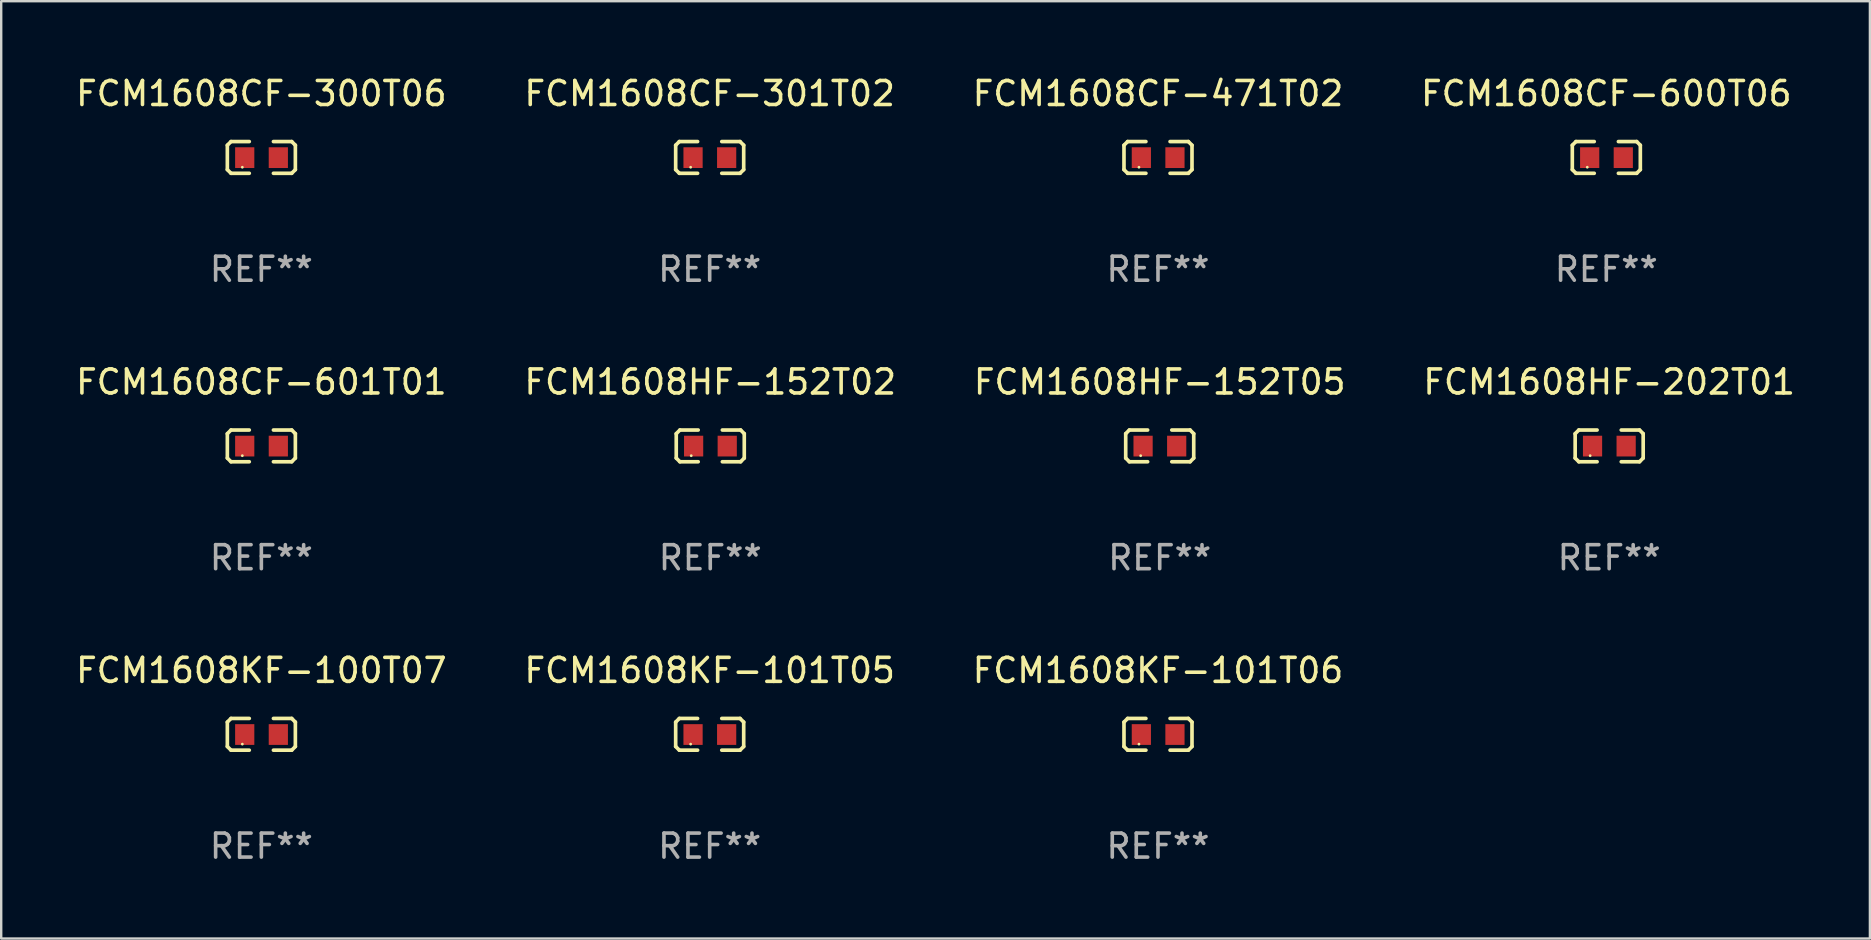
<source format=kicad_pcb>
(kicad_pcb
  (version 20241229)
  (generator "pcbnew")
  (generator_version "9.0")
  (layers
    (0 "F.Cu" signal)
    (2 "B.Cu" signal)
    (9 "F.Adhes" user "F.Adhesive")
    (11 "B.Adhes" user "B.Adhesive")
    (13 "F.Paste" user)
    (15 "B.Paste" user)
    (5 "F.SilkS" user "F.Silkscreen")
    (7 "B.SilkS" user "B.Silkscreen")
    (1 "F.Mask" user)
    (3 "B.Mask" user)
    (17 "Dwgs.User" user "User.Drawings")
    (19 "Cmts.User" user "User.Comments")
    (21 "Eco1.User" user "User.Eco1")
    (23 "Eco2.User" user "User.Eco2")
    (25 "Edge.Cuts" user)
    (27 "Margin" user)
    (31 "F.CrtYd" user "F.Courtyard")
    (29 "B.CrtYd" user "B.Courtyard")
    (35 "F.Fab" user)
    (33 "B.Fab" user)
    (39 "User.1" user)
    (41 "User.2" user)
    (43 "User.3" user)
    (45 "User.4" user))
  (footprint "FCM1608HF-202T01"
    (layer "F.Cu")
    (at 63.994 15.527)
    (property "Reference" "FCM1608HF-202T01" (at 0 -2.661 0) (layer "F.SilkS") (effects (font (size 1 1) (thickness 0.15))))
    (attr through_hole)
    (fp_line (start -1.417 -0.508) (end -1.265 -0.661) (stroke (width 0.152) (type solid)) (layer "F.SilkS"))
    (fp_line (start -1.417 0.508) (end -1.417 -0.508) (stroke (width 0.152) (type solid)) (layer "F.SilkS"))
    (fp_line (start -1.265 -0.661) (end -0.503 -0.661) (stroke (width 0.152) (type solid)) (layer "F.SilkS"))
    (fp_line (start -1.265 0.661) (end -1.417 0.508) (stroke (width 0.152) (type solid)) (layer "F.SilkS"))
    (fp_line (start -1.265 0.661) (end -0.503 0.661) (stroke (width 0.152) (type solid)) (layer "F.SilkS"))
    (fp_line (start 1.265 -0.661) (end 0.503 -0.661) (stroke (width 0.152) (type solid)) (layer "F.SilkS"))
    (fp_line (start 1.265 -0.661) (end 1.417 -0.508) (stroke (width 0.152) (type solid)) (layer "F.SilkS"))
    (fp_line (start 1.265 0.661) (end 0.503 0.661) (stroke (width 0.152) (type solid)) (layer "F.SilkS"))
    (fp_line (start 1.417 -0.508) (end 1.417 0.508) (stroke (width 0.152) (type solid)) (layer "F.SilkS"))
    (fp_line (start 1.417 0.508) (end 1.265 0.661) (stroke (width 0.152) (type solid)) (layer "F.SilkS"))
    (fp_circle (center -0.793 0.409) (end -0.763 0.409) (stroke (width 0.06) (type solid)) (fill no) (layer "F.SilkS"))
    (fp_text user "REF**" (at 0 4.661 0) (layer "F.Fab") (effects (font (size 1 1) (thickness 0.15))))
    (pad "1" smd rect (at -0.693 0.009 180) (size 0.8 0.864) (layers "F.Cu" "F.Mask" "F.Paste"))
    (pad "2" smd rect (at 0.707 0.009 180) (size 0.8 0.864) (layers "F.Cu" "F.Mask" "F.Paste")))
  (footprint "FCM1608CF-300T06"
    (layer "F.Cu")
    (at 7.839 3.509)
    (property "Reference" "FCM1608CF-300T06" (at 0 -2.661 0) (layer "F.SilkS") (effects (font (size 1 1) (thickness 0.15))))
    (attr through_hole)
    (fp_line (start -1.417 -0.508) (end -1.265 -0.661) (stroke (width 0.152) (type solid)) (layer "F.SilkS"))
    (fp_line (start -1.417 0.508) (end -1.417 -0.508) (stroke (width 0.152) (type solid)) (layer "F.SilkS"))
    (fp_line (start -1.265 -0.661) (end -0.503 -0.661) (stroke (width 0.152) (type solid)) (layer "F.SilkS"))
    (fp_line (start -1.265 0.661) (end -1.417 0.508) (stroke (width 0.152) (type solid)) (layer "F.SilkS"))
    (fp_line (start -1.265 0.661) (end -0.503 0.661) (stroke (width 0.152) (type solid)) (layer "F.SilkS"))
    (fp_line (start 1.265 -0.661) (end 0.503 -0.661) (stroke (width 0.152) (type solid)) (layer "F.SilkS"))
    (fp_line (start 1.265 -0.661) (end 1.417 -0.508) (stroke (width 0.152) (type solid)) (layer "F.SilkS"))
    (fp_line (start 1.265 0.661) (end 0.503 0.661) (stroke (width 0.152) (type solid)) (layer "F.SilkS"))
    (fp_line (start 1.417 -0.508) (end 1.417 0.508) (stroke (width 0.152) (type solid)) (layer "F.SilkS"))
    (fp_line (start 1.417 0.508) (end 1.265 0.661) (stroke (width 0.152) (type solid)) (layer "F.SilkS"))
    (fp_circle (center -0.793 0.409) (end -0.763 0.409) (stroke (width 0.06) (type solid)) (fill no) (layer "F.SilkS"))
    (fp_text user "REF**" (at 0 4.661 0) (layer "F.Fab") (effects (font (size 1 1) (thickness 0.15))))
    (pad "1" smd rect (at -0.693 0.009 180) (size 0.8 0.864) (layers "F.Cu" "F.Mask" "F.Paste"))
    (pad "2" smd rect (at 0.707 0.009 180) (size 0.8 0.864) (layers "F.Cu" "F.Mask" "F.Paste")))
  (footprint "FCM1608KF-100T07"
    (layer "F.Cu")
    (at 7.839 27.544)
    (property "Reference" "FCM1608KF-100T07" (at 0 -2.661 0) (layer "F.SilkS") (effects (font (size 1 1) (thickness 0.15))))
    (attr through_hole)
    (fp_line (start -1.417 -0.508) (end -1.265 -0.661) (stroke (width 0.152) (type solid)) (layer "F.SilkS"))
    (fp_line (start -1.417 0.508) (end -1.417 -0.508) (stroke (width 0.152) (type solid)) (layer "F.SilkS"))
    (fp_line (start -1.265 -0.661) (end -0.503 -0.661) (stroke (width 0.152) (type solid)) (layer "F.SilkS"))
    (fp_line (start -1.265 0.661) (end -1.417 0.508) (stroke (width 0.152) (type solid)) (layer "F.SilkS"))
    (fp_line (start -1.265 0.661) (end -0.503 0.661) (stroke (width 0.152) (type solid)) (layer "F.SilkS"))
    (fp_line (start 1.265 -0.661) (end 0.503 -0.661) (stroke (width 0.152) (type solid)) (layer "F.SilkS"))
    (fp_line (start 1.265 -0.661) (end 1.417 -0.508) (stroke (width 0.152) (type solid)) (layer "F.SilkS"))
    (fp_line (start 1.265 0.661) (end 0.503 0.661) (stroke (width 0.152) (type solid)) (layer "F.SilkS"))
    (fp_line (start 1.417 -0.508) (end 1.417 0.508) (stroke (width 0.152) (type solid)) (layer "F.SilkS"))
    (fp_line (start 1.417 0.508) (end 1.265 0.661) (stroke (width 0.152) (type solid)) (layer "F.SilkS"))
    (fp_circle (center -0.793 0.409) (end -0.763 0.409) (stroke (width 0.06) (type solid)) (fill no) (layer "F.SilkS"))
    (fp_text user "REF**" (at 0 4.661 0) (layer "F.Fab") (effects (font (size 1 1) (thickness 0.15))))
    (pad "1" smd rect (at -0.693 0.009 180) (size 0.8 0.864) (layers "F.Cu" "F.Mask" "F.Paste"))
    (pad "2" smd rect (at 0.707 0.009 180) (size 0.8 0.864) (layers "F.Cu" "F.Mask" "F.Paste")))
  (footprint "FCM1608CF-601T01"
    (layer "F.Cu")
    (at 7.839 15.527)
    (property "Reference" "FCM1608CF-601T01" (at 0 -2.661 0) (layer "F.SilkS") (effects (font (size 1 1) (thickness 0.15))))
    (attr through_hole)
    (fp_line (start -1.417 -0.508) (end -1.265 -0.661) (stroke (width 0.152) (type solid)) (layer "F.SilkS"))
    (fp_line (start -1.417 0.508) (end -1.417 -0.508) (stroke (width 0.152) (type solid)) (layer "F.SilkS"))
    (fp_line (start -1.265 -0.661) (end -0.503 -0.661) (stroke (width 0.152) (type solid)) (layer "F.SilkS"))
    (fp_line (start -1.265 0.661) (end -1.417 0.508) (stroke (width 0.152) (type solid)) (layer "F.SilkS"))
    (fp_line (start -1.265 0.661) (end -0.503 0.661) (stroke (width 0.152) (type solid)) (layer "F.SilkS"))
    (fp_line (start 1.265 -0.661) (end 0.503 -0.661) (stroke (width 0.152) (type solid)) (layer "F.SilkS"))
    (fp_line (start 1.265 -0.661) (end 1.417 -0.508) (stroke (width 0.152) (type solid)) (layer "F.SilkS"))
    (fp_line (start 1.265 0.661) (end 0.503 0.661) (stroke (width 0.152) (type solid)) (layer "F.SilkS"))
    (fp_line (start 1.417 -0.508) (end 1.417 0.508) (stroke (width 0.152) (type solid)) (layer "F.SilkS"))
    (fp_line (start 1.417 0.508) (end 1.265 0.661) (stroke (width 0.152) (type solid)) (layer "F.SilkS"))
    (fp_circle (center -0.793 0.409) (end -0.763 0.409) (stroke (width 0.06) (type solid)) (fill no) (layer "F.SilkS"))
    (fp_text user "REF**" (at 0 4.661 0) (layer "F.Fab") (effects (font (size 1 1) (thickness 0.15))))
    (pad "1" smd rect (at -0.693 0.009 180) (size 0.8 0.864) (layers "F.Cu" "F.Mask" "F.Paste"))
    (pad "2" smd rect (at 0.707 0.009 180) (size 0.8 0.864) (layers "F.Cu" "F.Mask" "F.Paste")))
  (footprint "FCM1608CF-600T06"
    (layer "F.Cu")
    (at 63.875 3.509)
    (property "Reference" "FCM1608CF-600T06" (at 0 -2.661 0) (layer "F.SilkS") (effects (font (size 1 1) (thickness 0.15))))
    (attr through_hole)
    (fp_line (start -1.417 -0.508) (end -1.265 -0.661) (stroke (width 0.152) (type solid)) (layer "F.SilkS"))
    (fp_line (start -1.417 0.508) (end -1.417 -0.508) (stroke (width 0.152) (type solid)) (layer "F.SilkS"))
    (fp_line (start -1.265 -0.661) (end -0.503 -0.661) (stroke (width 0.152) (type solid)) (layer "F.SilkS"))
    (fp_line (start -1.265 0.661) (end -1.417 0.508) (stroke (width 0.152) (type solid)) (layer "F.SilkS"))
    (fp_line (start -1.265 0.661) (end -0.503 0.661) (stroke (width 0.152) (type solid)) (layer "F.SilkS"))
    (fp_line (start 1.265 -0.661) (end 0.503 -0.661) (stroke (width 0.152) (type solid)) (layer "F.SilkS"))
    (fp_line (start 1.265 -0.661) (end 1.417 -0.508) (stroke (width 0.152) (type solid)) (layer "F.SilkS"))
    (fp_line (start 1.265 0.661) (end 0.503 0.661) (stroke (width 0.152) (type solid)) (layer "F.SilkS"))
    (fp_line (start 1.417 -0.508) (end 1.417 0.508) (stroke (width 0.152) (type solid)) (layer "F.SilkS"))
    (fp_line (start 1.417 0.508) (end 1.265 0.661) (stroke (width 0.152) (type solid)) (layer "F.SilkS"))
    (fp_circle (center -0.793 0.409) (end -0.763 0.409) (stroke (width 0.06) (type solid)) (fill no) (layer "F.SilkS"))
    (fp_text user "REF**" (at 0 4.661 0) (layer "F.Fab") (effects (font (size 1 1) (thickness 0.15))))
    (pad "1" smd rect (at -0.693 0.009 180) (size 0.8 0.864) (layers "F.Cu" "F.Mask" "F.Paste"))
    (pad "2" smd rect (at 0.707 0.009 180) (size 0.8 0.864) (layers "F.Cu" "F.Mask" "F.Paste")))
  (footprint "FCM1608CF-301T02"
    (layer "F.Cu")
    (at 26.518 3.509)
    (property "Reference" "FCM1608CF-301T02" (at 0 -2.661 0) (layer "F.SilkS") (effects (font (size 1 1) (thickness 0.15))))
    (attr through_hole)
    (fp_line (start -1.417 -0.508) (end -1.265 -0.661) (stroke (width 0.152) (type solid)) (layer "F.SilkS"))
    (fp_line (start -1.417 0.508) (end -1.417 -0.508) (stroke (width 0.152) (type solid)) (layer "F.SilkS"))
    (fp_line (start -1.265 -0.661) (end -0.503 -0.661) (stroke (width 0.152) (type solid)) (layer "F.SilkS"))
    (fp_line (start -1.265 0.661) (end -1.417 0.508) (stroke (width 0.152) (type solid)) (layer "F.SilkS"))
    (fp_line (start -1.265 0.661) (end -0.503 0.661) (stroke (width 0.152) (type solid)) (layer "F.SilkS"))
    (fp_line (start 1.265 -0.661) (end 0.503 -0.661) (stroke (width 0.152) (type solid)) (layer "F.SilkS"))
    (fp_line (start 1.265 -0.661) (end 1.417 -0.508) (stroke (width 0.152) (type solid)) (layer "F.SilkS"))
    (fp_line (start 1.265 0.661) (end 0.503 0.661) (stroke (width 0.152) (type solid)) (layer "F.SilkS"))
    (fp_line (start 1.417 -0.508) (end 1.417 0.508) (stroke (width 0.152) (type solid)) (layer "F.SilkS"))
    (fp_line (start 1.417 0.508) (end 1.265 0.661) (stroke (width 0.152) (type solid)) (layer "F.SilkS"))
    (fp_circle (center -0.793 0.409) (end -0.763 0.409) (stroke (width 0.06) (type solid)) (fill no) (layer "F.SilkS"))
    (fp_text user "REF**" (at 0 4.661 0) (layer "F.Fab") (effects (font (size 1 1) (thickness 0.15))))
    (pad "1" smd rect (at -0.693 0.009 180) (size 0.8 0.864) (layers "F.Cu" "F.Mask" "F.Paste"))
    (pad "2" smd rect (at 0.707 0.009 180) (size 0.8 0.864) (layers "F.Cu" "F.Mask" "F.Paste")))
  (footprint "FCM1608HF-152T05"
    (layer "F.Cu")
    (at 45.268 15.527)
    (property "Reference" "FCM1608HF-152T05" (at 0 -2.661 0) (layer "F.SilkS") (effects (font (size 1 1) (thickness 0.15))))
    (attr through_hole)
    (fp_line (start -1.417 -0.508) (end -1.265 -0.661) (stroke (width 0.152) (type solid)) (layer "F.SilkS"))
    (fp_line (start -1.417 0.508) (end -1.417 -0.508) (stroke (width 0.152) (type solid)) (layer "F.SilkS"))
    (fp_line (start -1.265 -0.661) (end -0.503 -0.661) (stroke (width 0.152) (type solid)) (layer "F.SilkS"))
    (fp_line (start -1.265 0.661) (end -1.417 0.508) (stroke (width 0.152) (type solid)) (layer "F.SilkS"))
    (fp_line (start -1.265 0.661) (end -0.503 0.661) (stroke (width 0.152) (type solid)) (layer "F.SilkS"))
    (fp_line (start 1.265 -0.661) (end 0.503 -0.661) (stroke (width 0.152) (type solid)) (layer "F.SilkS"))
    (fp_line (start 1.265 -0.661) (end 1.417 -0.508) (stroke (width 0.152) (type solid)) (layer "F.SilkS"))
    (fp_line (start 1.265 0.661) (end 0.503 0.661) (stroke (width 0.152) (type solid)) (layer "F.SilkS"))
    (fp_line (start 1.417 -0.508) (end 1.417 0.508) (stroke (width 0.152) (type solid)) (layer "F.SilkS"))
    (fp_line (start 1.417 0.508) (end 1.265 0.661) (stroke (width 0.152) (type solid)) (layer "F.SilkS"))
    (fp_circle (center -0.793 0.409) (end -0.763 0.409) (stroke (width 0.06) (type solid)) (fill no) (layer "F.SilkS"))
    (fp_text user "REF**" (at 0 4.661 0) (layer "F.Fab") (effects (font (size 1 1) (thickness 0.15))))
    (pad "1" smd rect (at -0.693 0.009 180) (size 0.8 0.864) (layers "F.Cu" "F.Mask" "F.Paste"))
    (pad "2" smd rect (at 0.707 0.009 180) (size 0.8 0.864) (layers "F.Cu" "F.Mask" "F.Paste")))
  (footprint "FCM1608HF-152T02"
    (layer "F.Cu")
    (at 26.542 15.527)
    (property "Reference" "FCM1608HF-152T02" (at 0 -2.661 0) (layer "F.SilkS") (effects (font (size 1 1) (thickness 0.15))))
    (attr through_hole)
    (fp_line (start -1.417 -0.508) (end -1.265 -0.661) (stroke (width 0.152) (type solid)) (layer "F.SilkS"))
    (fp_line (start -1.417 0.508) (end -1.417 -0.508) (stroke (width 0.152) (type solid)) (layer "F.SilkS"))
    (fp_line (start -1.265 -0.661) (end -0.503 -0.661) (stroke (width 0.152) (type solid)) (layer "F.SilkS"))
    (fp_line (start -1.265 0.661) (end -1.417 0.508) (stroke (width 0.152) (type solid)) (layer "F.SilkS"))
    (fp_line (start -1.265 0.661) (end -0.503 0.661) (stroke (width 0.152) (type solid)) (layer "F.SilkS"))
    (fp_line (start 1.265 -0.661) (end 0.503 -0.661) (stroke (width 0.152) (type solid)) (layer "F.SilkS"))
    (fp_line (start 1.265 -0.661) (end 1.417 -0.508) (stroke (width 0.152) (type solid)) (layer "F.SilkS"))
    (fp_line (start 1.265 0.661) (end 0.503 0.661) (stroke (width 0.152) (type solid)) (layer "F.SilkS"))
    (fp_line (start 1.417 -0.508) (end 1.417 0.508) (stroke (width 0.152) (type solid)) (layer "F.SilkS"))
    (fp_line (start 1.417 0.508) (end 1.265 0.661) (stroke (width 0.152) (type solid)) (layer "F.SilkS"))
    (fp_circle (center -0.793 0.409) (end -0.763 0.409) (stroke (width 0.06) (type solid)) (fill no) (layer "F.SilkS"))
    (fp_text user "REF**" (at 0 4.661 0) (layer "F.Fab") (effects (font (size 1 1) (thickness 0.15))))
    (pad "1" smd rect (at -0.693 0.009 180) (size 0.8 0.864) (layers "F.Cu" "F.Mask" "F.Paste"))
    (pad "2" smd rect (at 0.707 0.009 180) (size 0.8 0.864) (layers "F.Cu" "F.Mask" "F.Paste")))
  (footprint "FCM1608CF-471T02"
    (layer "F.Cu")
    (at 45.196 3.509)
    (property "Reference" "FCM1608CF-471T02" (at 0 -2.661 0) (layer "F.SilkS") (effects (font (size 1 1) (thickness 0.15))))
    (attr through_hole)
    (fp_line (start -1.417 -0.508) (end -1.265 -0.661) (stroke (width 0.152) (type solid)) (layer "F.SilkS"))
    (fp_line (start -1.417 0.508) (end -1.417 -0.508) (stroke (width 0.152) (type solid)) (layer "F.SilkS"))
    (fp_line (start -1.265 -0.661) (end -0.503 -0.661) (stroke (width 0.152) (type solid)) (layer "F.SilkS"))
    (fp_line (start -1.265 0.661) (end -1.417 0.508) (stroke (width 0.152) (type solid)) (layer "F.SilkS"))
    (fp_line (start -1.265 0.661) (end -0.503 0.661) (stroke (width 0.152) (type solid)) (layer "F.SilkS"))
    (fp_line (start 1.265 -0.661) (end 0.503 -0.661) (stroke (width 0.152) (type solid)) (layer "F.SilkS"))
    (fp_line (start 1.265 -0.661) (end 1.417 -0.508) (stroke (width 0.152) (type solid)) (layer "F.SilkS"))
    (fp_line (start 1.265 0.661) (end 0.503 0.661) (stroke (width 0.152) (type solid)) (layer "F.SilkS"))
    (fp_line (start 1.417 -0.508) (end 1.417 0.508) (stroke (width 0.152) (type solid)) (layer "F.SilkS"))
    (fp_line (start 1.417 0.508) (end 1.265 0.661) (stroke (width 0.152) (type solid)) (layer "F.SilkS"))
    (fp_circle (center -0.793 0.409) (end -0.763 0.409) (stroke (width 0.06) (type solid)) (fill no) (layer "F.SilkS"))
    (fp_text user "REF**" (at 0 4.661 0) (layer "F.Fab") (effects (font (size 1 1) (thickness 0.15))))
    (pad "1" smd rect (at -0.693 0.009 180) (size 0.8 0.864) (layers "F.Cu" "F.Mask" "F.Paste"))
    (pad "2" smd rect (at 0.707 0.009 180) (size 0.8 0.864) (layers "F.Cu" "F.Mask" "F.Paste")))
  (footprint "FCM1608KF-101T06"
    (layer "F.Cu")
    (at 45.196 27.544)
    (property "Reference" "FCM1608KF-101T06" (at 0 -2.661 0) (layer "F.SilkS") (effects (font (size 1 1) (thickness 0.15))))
    (attr through_hole)
    (fp_line (start -1.417 -0.508) (end -1.265 -0.661) (stroke (width 0.152) (type solid)) (layer "F.SilkS"))
    (fp_line (start -1.417 0.508) (end -1.417 -0.508) (stroke (width 0.152) (type solid)) (layer "F.SilkS"))
    (fp_line (start -1.265 -0.661) (end -0.503 -0.661) (stroke (width 0.152) (type solid)) (layer "F.SilkS"))
    (fp_line (start -1.265 0.661) (end -1.417 0.508) (stroke (width 0.152) (type solid)) (layer "F.SilkS"))
    (fp_line (start -1.265 0.661) (end -0.503 0.661) (stroke (width 0.152) (type solid)) (layer "F.SilkS"))
    (fp_line (start 1.265 -0.661) (end 0.503 -0.661) (stroke (width 0.152) (type solid)) (layer "F.SilkS"))
    (fp_line (start 1.265 -0.661) (end 1.417 -0.508) (stroke (width 0.152) (type solid)) (layer "F.SilkS"))
    (fp_line (start 1.265 0.661) (end 0.503 0.661) (stroke (width 0.152) (type solid)) (layer "F.SilkS"))
    (fp_line (start 1.417 -0.508) (end 1.417 0.508) (stroke (width 0.152) (type solid)) (layer "F.SilkS"))
    (fp_line (start 1.417 0.508) (end 1.265 0.661) (stroke (width 0.152) (type solid)) (layer "F.SilkS"))
    (fp_circle (center -0.793 0.409) (end -0.763 0.409) (stroke (width 0.06) (type solid)) (fill no) (layer "F.SilkS"))
    (fp_text user "REF**" (at 0 4.661 0) (layer "F.Fab") (effects (font (size 1 1) (thickness 0.15))))
    (pad "1" smd rect (at -0.693 0.009 180) (size 0.8 0.864) (layers "F.Cu" "F.Mask" "F.Paste"))
    (pad "2" smd rect (at 0.707 0.009 180) (size 0.8 0.864) (layers "F.Cu" "F.Mask" "F.Paste")))
  (footprint "FCM1608KF-101T05"
    (layer "F.Cu")
    (at 26.518 27.544)
    (property "Reference" "FCM1608KF-101T05" (at 0 -2.661 0) (layer "F.SilkS") (effects (font (size 1 1) (thickness 0.15))))
    (attr through_hole)
    (fp_line (start -1.417 -0.508) (end -1.265 -0.661) (stroke (width 0.152) (type solid)) (layer "F.SilkS"))
    (fp_line (start -1.417 0.508) (end -1.417 -0.508) (stroke (width 0.152) (type solid)) (layer "F.SilkS"))
    (fp_line (start -1.265 -0.661) (end -0.503 -0.661) (stroke (width 0.152) (type solid)) (layer "F.SilkS"))
    (fp_line (start -1.265 0.661) (end -1.417 0.508) (stroke (width 0.152) (type solid)) (layer "F.SilkS"))
    (fp_line (start -1.265 0.661) (end -0.503 0.661) (stroke (width 0.152) (type solid)) (layer "F.SilkS"))
    (fp_line (start 1.265 -0.661) (end 0.503 -0.661) (stroke (width 0.152) (type solid)) (layer "F.SilkS"))
    (fp_line (start 1.265 -0.661) (end 1.417 -0.508) (stroke (width 0.152) (type solid)) (layer "F.SilkS"))
    (fp_line (start 1.265 0.661) (end 0.503 0.661) (stroke (width 0.152) (type solid)) (layer "F.SilkS"))
    (fp_line (start 1.417 -0.508) (end 1.417 0.508) (stroke (width 0.152) (type solid)) (layer "F.SilkS"))
    (fp_line (start 1.417 0.508) (end 1.265 0.661) (stroke (width 0.152) (type solid)) (layer "F.SilkS"))
    (fp_circle (center -0.793 0.409) (end -0.763 0.409) (stroke (width 0.06) (type solid)) (fill no) (layer "F.SilkS"))
    (fp_text user "REF**" (at 0 4.661 0) (layer "F.Fab") (effects (font (size 1 1) (thickness 0.15))))
    (pad "1" smd rect (at -0.693 0.009 180) (size 0.8 0.864) (layers "F.Cu" "F.Mask" "F.Paste"))
    (pad "2" smd rect (at 0.707 0.009 180) (size 0.8 0.864) (layers "F.Cu" "F.Mask" "F.Paste")))
  (gr_rect
    (start -3 -3)
    (end 74.857 36.053)
    (stroke (width 0.1) (type default))
    (fill no)
    (layer "Edge.Cuts")))
</source>
